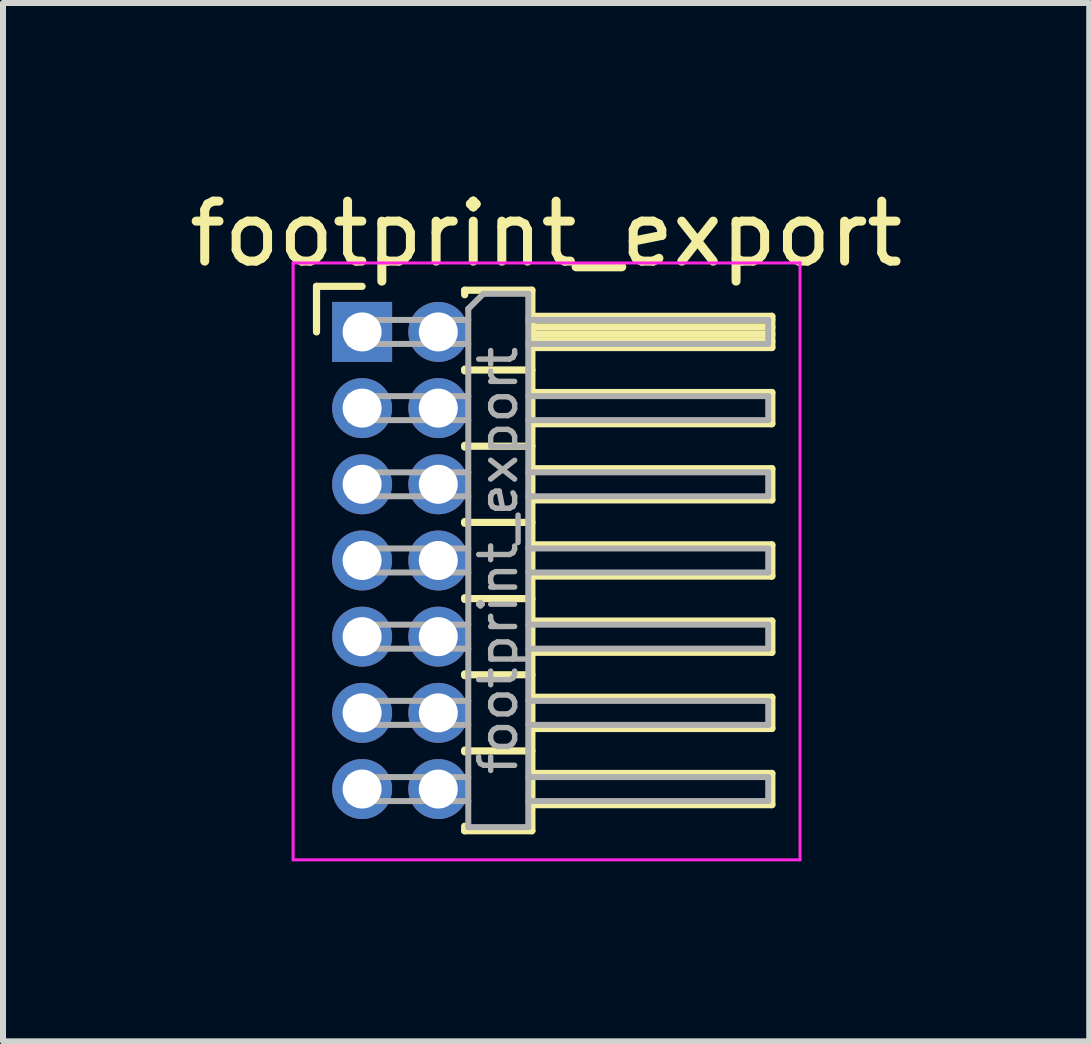
<source format=kicad_pcb>
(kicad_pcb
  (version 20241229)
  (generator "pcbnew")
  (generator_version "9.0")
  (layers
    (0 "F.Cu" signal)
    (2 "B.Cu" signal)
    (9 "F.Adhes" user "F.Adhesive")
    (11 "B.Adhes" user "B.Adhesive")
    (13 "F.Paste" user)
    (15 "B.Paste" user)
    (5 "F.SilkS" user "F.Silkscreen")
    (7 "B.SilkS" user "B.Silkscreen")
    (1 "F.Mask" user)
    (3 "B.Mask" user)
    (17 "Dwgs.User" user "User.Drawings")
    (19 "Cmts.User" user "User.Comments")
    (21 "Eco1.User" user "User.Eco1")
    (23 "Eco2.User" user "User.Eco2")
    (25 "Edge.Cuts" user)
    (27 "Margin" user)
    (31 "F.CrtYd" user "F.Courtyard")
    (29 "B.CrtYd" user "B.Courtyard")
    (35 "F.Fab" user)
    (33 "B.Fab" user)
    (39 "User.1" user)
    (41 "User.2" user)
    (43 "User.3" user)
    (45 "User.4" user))
  (footprint "footprint_export"
    (layer "F.Cu")
    (at 2.986 2.483)
    (property "Reference" "footprint_export" (at 3.067 -1.635 0) (layer "F.SilkS") (effects (font (size 1 1) (thickness 0.15))))
    (attr through_hole)
    (fp_line (start -0.76 -0.76) (end 0 -0.76) (stroke (width 0.12) (type solid)) (layer "F.SilkS"))
    (fp_line (start -0.76 0) (end -0.76 -0.76) (stroke (width 0.12) (type solid)) (layer "F.SilkS"))
    (fp_line (start 1.71 -0.695) (end 2.83 -0.695) (stroke (width 0.12) (type solid)) (layer "F.SilkS"))
    (fp_line (start 1.71 -0.62) (end 1.71 -0.695) (stroke (width 0.12) (type solid)) (layer "F.SilkS"))
    (fp_line (start 1.71 0.62) (end 1.71 0.65) (stroke (width 0.12) (type solid)) (layer "F.SilkS"))
    (fp_line (start 1.71 0.635) (end 2.83 0.635) (stroke (width 0.12) (type solid)) (layer "F.SilkS"))
    (fp_line (start 1.71 1.89) (end 1.71 1.92) (stroke (width 0.12) (type solid)) (layer "F.SilkS"))
    (fp_line (start 1.71 1.905) (end 2.83 1.905) (stroke (width 0.12) (type solid)) (layer "F.SilkS"))
    (fp_line (start 1.71 3.16) (end 1.71 3.19) (stroke (width 0.12) (type solid)) (layer "F.SilkS"))
    (fp_line (start 1.71 3.175) (end 2.83 3.175) (stroke (width 0.12) (type solid)) (layer "F.SilkS"))
    (fp_line (start 1.71 4.43) (end 1.71 4.46) (stroke (width 0.12) (type solid)) (layer "F.SilkS"))
    (fp_line (start 1.71 4.445) (end 2.83 4.445) (stroke (width 0.12) (type solid)) (layer "F.SilkS"))
    (fp_line (start 1.71 5.7) (end 1.71 5.73) (stroke (width 0.12) (type solid)) (layer "F.SilkS"))
    (fp_line (start 1.71 5.715) (end 2.83 5.715) (stroke (width 0.12) (type solid)) (layer "F.SilkS"))
    (fp_line (start 1.71 6.97) (end 1.71 7) (stroke (width 0.12) (type solid)) (layer "F.SilkS"))
    (fp_line (start 1.71 6.985) (end 2.83 6.985) (stroke (width 0.12) (type solid)) (layer "F.SilkS"))
    (fp_line (start 1.71 8.315) (end 1.71 8.24) (stroke (width 0.12) (type solid)) (layer "F.SilkS"))
    (fp_line (start 2.83 -0.695) (end 2.83 8.315) (stroke (width 0.12) (type solid)) (layer "F.SilkS"))
    (fp_line (start 2.83 -0.26) (end 6.83 -0.26) (stroke (width 0.12) (type solid)) (layer "F.SilkS"))
    (fp_line (start 2.83 -0.2) (end 6.83 -0.2) (stroke (width 0.12) (type solid)) (layer "F.SilkS"))
    (fp_line (start 2.83 -0.08) (end 6.83 -0.08) (stroke (width 0.12) (type solid)) (layer "F.SilkS"))
    (fp_line (start 2.83 0.04) (end 6.83 0.04) (stroke (width 0.12) (type solid)) (layer "F.SilkS"))
    (fp_line (start 2.83 0.16) (end 6.83 0.16) (stroke (width 0.12) (type solid)) (layer "F.SilkS"))
    (fp_line (start 2.83 1.01) (end 6.83 1.01) (stroke (width 0.12) (type solid)) (layer "F.SilkS"))
    (fp_line (start 2.83 2.28) (end 6.83 2.28) (stroke (width 0.12) (type solid)) (layer "F.SilkS"))
    (fp_line (start 2.83 3.55) (end 6.83 3.55) (stroke (width 0.12) (type solid)) (layer "F.SilkS"))
    (fp_line (start 2.83 4.82) (end 6.83 4.82) (stroke (width 0.12) (type solid)) (layer "F.SilkS"))
    (fp_line (start 2.83 6.09) (end 6.83 6.09) (stroke (width 0.12) (type solid)) (layer "F.SilkS"))
    (fp_line (start 2.83 7.36) (end 6.83 7.36) (stroke (width 0.12) (type solid)) (layer "F.SilkS"))
    (fp_line (start 2.83 8.315) (end 1.71 8.315) (stroke (width 0.12) (type solid)) (layer "F.SilkS"))
    (fp_line (start 6.83 -0.26) (end 6.83 0.26) (stroke (width 0.12) (type solid)) (layer "F.SilkS"))
    (fp_line (start 6.83 0.26) (end 2.83 0.26) (stroke (width 0.12) (type solid)) (layer "F.SilkS"))
    (fp_line (start 6.83 1.01) (end 6.83 1.53) (stroke (width 0.12) (type solid)) (layer "F.SilkS"))
    (fp_line (start 6.83 1.53) (end 2.83 1.53) (stroke (width 0.12) (type solid)) (layer "F.SilkS"))
    (fp_line (start 6.83 2.28) (end 6.83 2.8) (stroke (width 0.12) (type solid)) (layer "F.SilkS"))
    (fp_line (start 6.83 2.8) (end 2.83 2.8) (stroke (width 0.12) (type solid)) (layer "F.SilkS"))
    (fp_line (start 6.83 3.55) (end 6.83 4.07) (stroke (width 0.12) (type solid)) (layer "F.SilkS"))
    (fp_line (start 6.83 4.07) (end 2.83 4.07) (stroke (width 0.12) (type solid)) (layer "F.SilkS"))
    (fp_line (start 6.83 4.82) (end 6.83 5.34) (stroke (width 0.12) (type solid)) (layer "F.SilkS"))
    (fp_line (start 6.83 5.34) (end 2.83 5.34) (stroke (width 0.12) (type solid)) (layer "F.SilkS"))
    (fp_line (start 6.83 6.09) (end 6.83 6.61) (stroke (width 0.12) (type solid)) (layer "F.SilkS"))
    (fp_line (start 6.83 6.61) (end 2.83 6.61) (stroke (width 0.12) (type solid)) (layer "F.SilkS"))
    (fp_line (start 6.83 7.36) (end 6.83 7.88) (stroke (width 0.12) (type solid)) (layer "F.SilkS"))
    (fp_line (start 6.83 7.88) (end 2.83 7.88) (stroke (width 0.12) (type solid)) (layer "F.SilkS"))
    (fp_line (start -1.15 -1.15) (end -1.15 8.8) (stroke (width 0.05) (type solid)) (layer "F.CrtYd"))
    (fp_line (start -1.15 8.8) (end 7.3 8.8) (stroke (width 0.05) (type solid)) (layer "F.CrtYd"))
    (fp_line (start 7.3 -1.15) (end -1.15 -1.15) (stroke (width 0.05) (type solid)) (layer "F.CrtYd"))
    (fp_line (start 7.3 8.8) (end 7.3 -1.15) (stroke (width 0.05) (type solid)) (layer "F.CrtYd"))
    (fp_line (start -0.2 -0.2) (end -0.2 0.2) (stroke (width 0.1) (type solid)) (layer "F.Fab"))
    (fp_line (start -0.2 -0.2) (end 1.77 -0.2) (stroke (width 0.1) (type solid)) (layer "F.Fab"))
    (fp_line (start -0.2 0.2) (end 1.77 0.2) (stroke (width 0.1) (type solid)) (layer "F.Fab"))
    (fp_line (start -0.2 1.07) (end -0.2 1.47) (stroke (width 0.1) (type solid)) (layer "F.Fab"))
    (fp_line (start -0.2 1.07) (end 1.77 1.07) (stroke (width 0.1) (type solid)) (layer "F.Fab"))
    (fp_line (start -0.2 1.47) (end 1.77 1.47) (stroke (width 0.1) (type solid)) (layer "F.Fab"))
    (fp_line (start -0.2 2.34) (end -0.2 2.74) (stroke (width 0.1) (type solid)) (layer "F.Fab"))
    (fp_line (start -0.2 2.34) (end 1.77 2.34) (stroke (width 0.1) (type solid)) (layer "F.Fab"))
    (fp_line (start -0.2 2.74) (end 1.77 2.74) (stroke (width 0.1) (type solid)) (layer "F.Fab"))
    (fp_line (start -0.2 3.61) (end -0.2 4.01) (stroke (width 0.1) (type solid)) (layer "F.Fab"))
    (fp_line (start -0.2 3.61) (end 1.77 3.61) (stroke (width 0.1) (type solid)) (layer "F.Fab"))
    (fp_line (start -0.2 4.01) (end 1.77 4.01) (stroke (width 0.1) (type solid)) (layer "F.Fab"))
    (fp_line (start -0.2 4.88) (end -0.2 5.28) (stroke (width 0.1) (type solid)) (layer "F.Fab"))
    (fp_line (start -0.2 4.88) (end 1.77 4.88) (stroke (width 0.1) (type solid)) (layer "F.Fab"))
    (fp_line (start -0.2 5.28) (end 1.77 5.28) (stroke (width 0.1) (type solid)) (layer "F.Fab"))
    (fp_line (start -0.2 6.15) (end -0.2 6.55) (stroke (width 0.1) (type solid)) (layer "F.Fab"))
    (fp_line (start -0.2 6.15) (end 1.77 6.15) (stroke (width 0.1) (type solid)) (layer "F.Fab"))
    (fp_line (start -0.2 6.55) (end 1.77 6.55) (stroke (width 0.1) (type solid)) (layer "F.Fab"))
    (fp_line (start -0.2 7.42) (end -0.2 7.82) (stroke (width 0.1) (type solid)) (layer "F.Fab"))
    (fp_line (start -0.2 7.42) (end 1.77 7.42) (stroke (width 0.1) (type solid)) (layer "F.Fab"))
    (fp_line (start -0.2 7.82) (end 1.77 7.82) (stroke (width 0.1) (type solid)) (layer "F.Fab"))
    (fp_line (start 1.77 -0.385) (end 2.02 -0.635) (stroke (width 0.1) (type solid)) (layer "F.Fab"))
    (fp_line (start 1.77 8.255) (end 1.77 -0.385) (stroke (width 0.1) (type solid)) (layer "F.Fab"))
    (fp_line (start 2.02 -0.635) (end 2.77 -0.635) (stroke (width 0.1) (type solid)) (layer "F.Fab"))
    (fp_line (start 2.77 -0.635) (end 2.77 8.255) (stroke (width 0.1) (type solid)) (layer "F.Fab"))
    (fp_line (start 2.77 -0.2) (end 6.77 -0.2) (stroke (width 0.1) (type solid)) (layer "F.Fab"))
    (fp_line (start 2.77 0.2) (end 6.77 0.2) (stroke (width 0.1) (type solid)) (layer "F.Fab"))
    (fp_line (start 2.77 1.07) (end 6.77 1.07) (stroke (width 0.1) (type solid)) (layer "F.Fab"))
    (fp_line (start 2.77 1.47) (end 6.77 1.47) (stroke (width 0.1) (type solid)) (layer "F.Fab"))
    (fp_line (start 2.77 2.34) (end 6.77 2.34) (stroke (width 0.1) (type solid)) (layer "F.Fab"))
    (fp_line (start 2.77 2.74) (end 6.77 2.74) (stroke (width 0.1) (type solid)) (layer "F.Fab"))
    (fp_line (start 2.77 3.61) (end 6.77 3.61) (stroke (width 0.1) (type solid)) (layer "F.Fab"))
    (fp_line (start 2.77 4.01) (end 6.77 4.01) (stroke (width 0.1) (type solid)) (layer "F.Fab"))
    (fp_line (start 2.77 4.88) (end 6.77 4.88) (stroke (width 0.1) (type solid)) (layer "F.Fab"))
    (fp_line (start 2.77 5.28) (end 6.77 5.28) (stroke (width 0.1) (type solid)) (layer "F.Fab"))
    (fp_line (start 2.77 6.15) (end 6.77 6.15) (stroke (width 0.1) (type solid)) (layer "F.Fab"))
    (fp_line (start 2.77 6.55) (end 6.77 6.55) (stroke (width 0.1) (type solid)) (layer "F.Fab"))
    (fp_line (start 2.77 7.42) (end 6.77 7.42) (stroke (width 0.1) (type solid)) (layer "F.Fab"))
    (fp_line (start 2.77 7.82) (end 6.77 7.82) (stroke (width 0.1) (type solid)) (layer "F.Fab"))
    (fp_line (start 2.77 8.255) (end 1.77 8.255) (stroke (width 0.1) (type solid)) (layer "F.Fab"))
    (fp_line (start 6.77 -0.2) (end 6.77 0.2) (stroke (width 0.1) (type solid)) (layer "F.Fab"))
    (fp_line (start 6.77 1.07) (end 6.77 1.47) (stroke (width 0.1) (type solid)) (layer "F.Fab"))
    (fp_line (start 6.77 2.34) (end 6.77 2.74) (stroke (width 0.1) (type solid)) (layer "F.Fab"))
    (fp_line (start 6.77 3.61) (end 6.77 4.01) (stroke (width 0.1) (type solid)) (layer "F.Fab"))
    (fp_line (start 6.77 4.88) (end 6.77 5.28) (stroke (width 0.1) (type solid)) (layer "F.Fab"))
    (fp_line (start 6.77 6.15) (end 6.77 6.55) (stroke (width 0.1) (type solid)) (layer "F.Fab"))
    (fp_line (start 6.77 7.42) (end 6.77 7.82) (stroke (width 0.1) (type solid)) (layer "F.Fab"))
    (fp_text user "${REFERENCE}" (at 2.27 3.81 90) (layer "F.Fab") (effects (font (size 0.6 0.6) (thickness 0.09))))
    (pad "1" thru_hole rect (at 0 0) (size 1 1) (drill 0.65) (layers "*.Cu" "*.Mask"))
    (pad "2" thru_hole oval (at 1.27 0) (size 1 1) (drill 0.65) (layers "*.Cu" "*.Mask"))
    (pad "3" thru_hole oval (at 0 1.27) (size 1 1) (drill 0.65) (layers "*.Cu" "*.Mask"))
    (pad "4" thru_hole oval (at 1.27 1.27) (size 1 1) (drill 0.65) (layers "*.Cu" "*.Mask"))
    (pad "5" thru_hole oval (at 0 2.54) (size 1 1) (drill 0.65) (layers "*.Cu" "*.Mask"))
    (pad "6" thru_hole oval (at 1.27 2.54) (size 1 1) (drill 0.65) (layers "*.Cu" "*.Mask"))
    (pad "7" thru_hole oval (at 0 3.81) (size 1 1) (drill 0.65) (layers "*.Cu" "*.Mask"))
    (pad "8" thru_hole oval (at 1.27 3.81) (size 1 1) (drill 0.65) (layers "*.Cu" "*.Mask"))
    (pad "9" thru_hole oval (at 0 5.08) (size 1 1) (drill 0.65) (layers "*.Cu" "*.Mask"))
    (pad "10" thru_hole oval (at 1.27 5.08) (size 1 1) (drill 0.65) (layers "*.Cu" "*.Mask"))
    (pad "11" thru_hole oval (at 0 6.35) (size 1 1) (drill 0.65) (layers "*.Cu" "*.Mask"))
    (pad "12" thru_hole oval (at 1.27 6.35) (size 1 1) (drill 0.65) (layers "*.Cu" "*.Mask"))
    (pad "13" thru_hole oval (at 0 7.62) (size 1 1) (drill 0.65) (layers "*.Cu" "*.Mask"))
    (pad "14" thru_hole oval (at 1.27 7.62) (size 1 1) (drill 0.65) (layers "*.Cu" "*.Mask")))
  (gr_rect
    (start -3 -3)
    (end 15.107 14.308)
    (stroke (width 0.1) (type default))
    (fill no)
    (layer "Edge.Cuts")))
</source>
